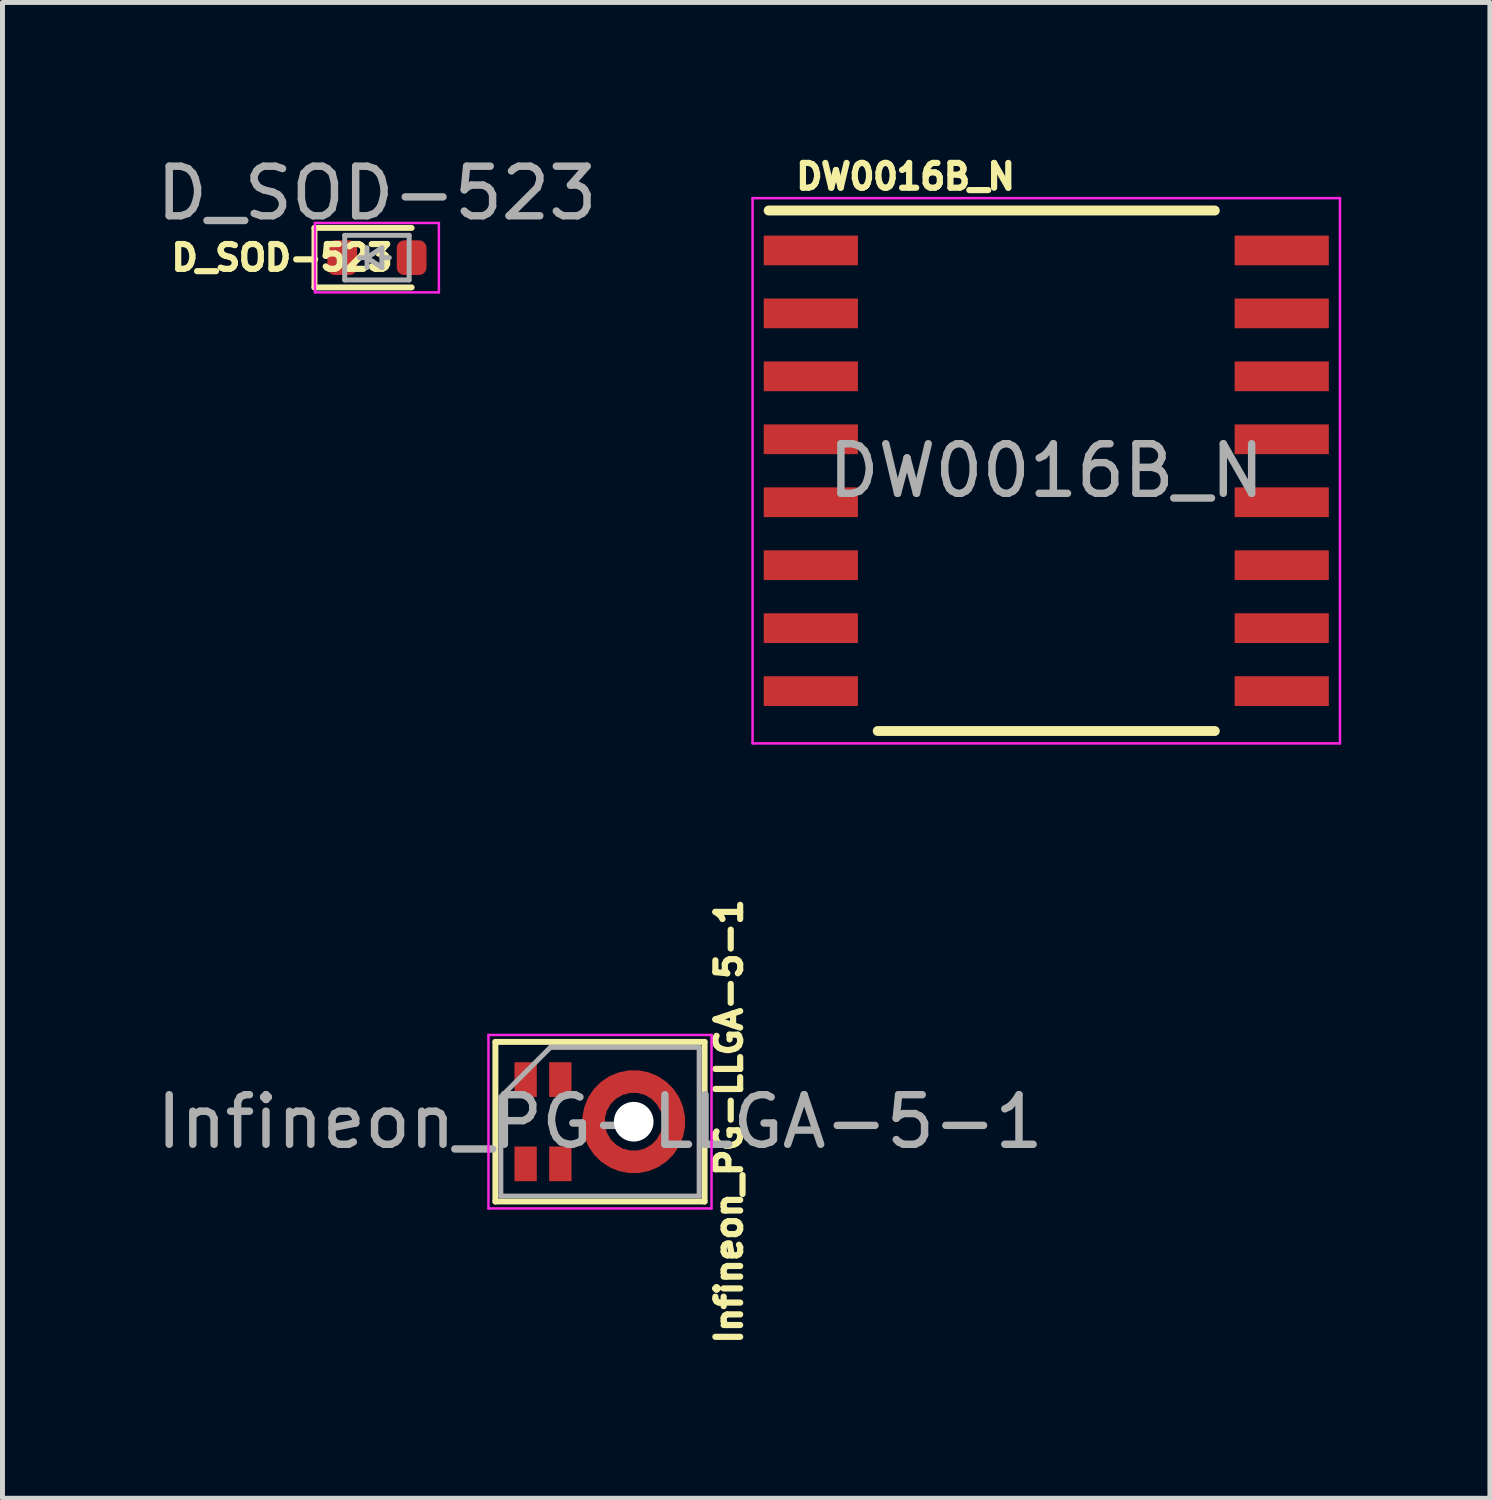
<source format=kicad_pcb>
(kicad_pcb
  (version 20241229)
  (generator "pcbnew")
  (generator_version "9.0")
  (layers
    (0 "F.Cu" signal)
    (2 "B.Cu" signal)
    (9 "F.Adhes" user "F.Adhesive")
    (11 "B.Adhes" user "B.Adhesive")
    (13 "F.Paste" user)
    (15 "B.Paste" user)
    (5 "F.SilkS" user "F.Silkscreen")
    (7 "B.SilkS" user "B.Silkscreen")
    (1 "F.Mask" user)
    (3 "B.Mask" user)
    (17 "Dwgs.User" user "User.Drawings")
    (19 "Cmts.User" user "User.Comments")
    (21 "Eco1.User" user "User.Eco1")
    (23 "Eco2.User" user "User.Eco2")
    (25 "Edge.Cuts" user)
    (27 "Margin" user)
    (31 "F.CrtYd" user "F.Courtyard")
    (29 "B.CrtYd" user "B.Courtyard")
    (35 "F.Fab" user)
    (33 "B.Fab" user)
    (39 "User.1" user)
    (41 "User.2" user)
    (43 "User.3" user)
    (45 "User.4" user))
  (footprint "D_SOD-523"
    (layer "F.Cu")
    (at 4.554 2.148)
    (property "Reference" "D_SOD-523" (at -1.914 0 0) (layer "F.SilkS") (effects (font (size 0.5 0.5) (thickness 0.125))))
    (attr smd)
    (fp_line (start -1.26 -0.6) (end -1.26 0.6) (stroke (width 0.12) (type solid)) (layer "F.SilkS"))
    (fp_line (start 0.7 -0.6) (end -1.26 -0.6) (stroke (width 0.12) (type solid)) (layer "F.SilkS"))
    (fp_line (start 0.7 0.6) (end -1.26 0.6) (stroke (width 0.12) (type solid)) (layer "F.SilkS"))
    (fp_line (start -1.25 -0.7) (end 1.25 -0.7) (stroke (width 0.05) (type solid)) (layer "F.CrtYd"))
    (fp_line (start -1.25 0.7) (end -1.25 -0.7) (stroke (width 0.05) (type solid)) (layer "F.CrtYd"))
    (fp_line (start 1.25 -0.7) (end 1.25 0.7) (stroke (width 0.05) (type solid)) (layer "F.CrtYd"))
    (fp_line (start 1.25 0.7) (end -1.25 0.7) (stroke (width 0.05) (type solid)) (layer "F.CrtYd"))
    (fp_line (start -0.65 -0.45) (end 0.65 -0.45) (stroke (width 0.1) (type solid)) (layer "F.Fab"))
    (fp_line (start -0.65 0.45) (end -0.65 -0.45) (stroke (width 0.1) (type solid)) (layer "F.Fab"))
    (fp_line (start -0.2 0) (end -0.35 0) (stroke (width 0.1) (type solid)) (layer "F.Fab"))
    (fp_line (start -0.2 0) (end 0.1 0.2) (stroke (width 0.1) (type solid)) (layer "F.Fab"))
    (fp_line (start -0.2 0.2) (end -0.2 -0.2) (stroke (width 0.1) (type solid)) (layer "F.Fab"))
    (fp_line (start 0.1 -0.2) (end -0.2 0) (stroke (width 0.1) (type solid)) (layer "F.Fab"))
    (fp_line (start 0.1 0) (end 0.25 0) (stroke (width 0.1) (type solid)) (layer "F.Fab"))
    (fp_line (start 0.1 0.2) (end 0.1 -0.2) (stroke (width 0.1) (type solid)) (layer "F.Fab"))
    (fp_line (start 0.65 -0.45) (end 0.65 0.45) (stroke (width 0.1) (type solid)) (layer "F.Fab"))
    (fp_line (start 0.65 0.45) (end -0.65 0.45) (stroke (width 0.1) (type solid)) (layer "F.Fab"))
    (fp_text user "${REFERENCE}" (at 0 -1.3 0) (layer "F.Fab") (effects (font (size 1 1) (thickness 0.15))))
    (pad "1" smd roundrect (at -0.7 0 180) (size 0.6 0.7) (layers "F.Cu" "F.Mask" "F.Paste") (roundrect_rratio 0.25))
    (pad "2" smd roundrect (at 0.7 0 180) (size 0.6 0.7) (layers "F.Cu" "F.Mask" "F.Paste") (roundrect_rratio 0.25)))
  (footprint "DW0016B_N"
    (layer "F.Cu")
    (at 18.057 6.447)
    (property "Reference" "DW0016B_N" (at -2.838 -5.935 0) (unlocked yes) (layer "F.SilkS") (effects (font (size 0.5 0.5) (thickness 0.125))))
    (attr smd)
    (fp_line (start -5.6 -5.25) (end 3.4 -5.25) (stroke (width 0.2) (type solid)) (layer "F.SilkS"))
    (fp_line (start -3.4 5.25) (end 3.4 5.25) (stroke (width 0.2) (type solid)) (layer "F.SilkS"))
    (fp_line (start -5.925 -5.5) (end 5.925 -5.5) (stroke (width 0.05) (type solid)) (layer "F.CrtYd"))
    (fp_line (start -5.925 5.5) (end -5.925 -5.5) (stroke (width 0.05) (type solid)) (layer "F.CrtYd"))
    (fp_line (start -5.925 5.5) (end 5.925 5.5) (stroke (width 0.05) (type solid)) (layer "F.CrtYd"))
    (fp_line (start 5.925 5.5) (end 5.925 -5.5) (stroke (width 0.05) (type solid)) (layer "F.CrtYd"))
    (fp_text user "${REFERENCE}" (at 0 0 0) (unlocked yes) (layer "F.Fab") (effects (font (size 1 1) (thickness 0.15))))
    (pad "1" smd rect (at -4.75 -4.445 90) (size 0.6 1.9) (layers "F.Cu" "F.Mask" "F.Paste"))
    (pad "2" smd rect (at -4.75 -3.175 90) (size 0.6 1.9) (layers "F.Cu" "F.Mask" "F.Paste"))
    (pad "3" smd rect (at -4.75 -1.905 90) (size 0.6 1.9) (layers "F.Cu" "F.Mask" "F.Paste"))
    (pad "4" smd rect (at -4.75 -0.635 90) (size 0.6 1.9) (layers "F.Cu" "F.Mask" "F.Paste"))
    (pad "5" smd rect (at -4.75 0.635 90) (size 0.6 1.9) (layers "F.Cu" "F.Mask" "F.Paste"))
    (pad "6" smd rect (at -4.75 1.905 90) (size 0.6 1.9) (layers "F.Cu" "F.Mask" "F.Paste"))
    (pad "7" smd rect (at -4.75 3.175 90) (size 0.6 1.9) (layers "F.Cu" "F.Mask" "F.Paste"))
    (pad "8" smd rect (at -4.75 4.445 90) (size 0.6 1.9) (layers "F.Cu" "F.Mask" "F.Paste"))
    (pad "9" smd rect (at 4.75 4.445 90) (size 0.6 1.9) (layers "F.Cu" "F.Mask" "F.Paste"))
    (pad "10" smd rect (at 4.75 3.175 90) (size 0.6 1.9) (layers "F.Cu" "F.Mask" "F.Paste"))
    (pad "11" smd rect (at 4.75 1.905 90) (size 0.6 1.9) (layers "F.Cu" "F.Mask" "F.Paste"))
    (pad "12" smd rect (at 4.75 0.635 90) (size 0.6 1.9) (layers "F.Cu" "F.Mask" "F.Paste"))
    (pad "13" smd rect (at 4.75 -0.635 90) (size 0.6 1.9) (layers "F.Cu" "F.Mask" "F.Paste"))
    (pad "14" smd rect (at 4.75 -1.905 90) (size 0.6 1.9) (layers "F.Cu" "F.Mask" "F.Paste"))
    (pad "15" smd rect (at 4.75 -3.175 90) (size 0.6 1.9) (layers "F.Cu" "F.Mask" "F.Paste"))
    (pad "16" smd rect (at 4.75 -4.445 90) (size 0.6 1.9) (layers "F.Cu" "F.Mask" "F.Paste")))
  (footprint "Infineon_PG-LLGA-5-1"
    (layer "F.Cu")
    (at 9.054 19.579)
    (property "Reference" "Infineon_PG-LLGA-5-1" (at 2.603 -0.006 90) (layer "F.SilkS") (effects (font (size 0.5 0.5) (thickness 0.125))))
    (attr smd)
    (fp_line (start -2.11 -1.61) (end 2.11 -1.61) (stroke (width 0.12) (type solid)) (layer "F.SilkS"))
    (fp_line (start -2.11 1.61) (end -2.11 -1.61) (stroke (width 0.12) (type solid)) (layer "F.SilkS"))
    (fp_line (start 2.11 -1.61) (end 2.11 1.61) (stroke (width 0.12) (type solid)) (layer "F.SilkS"))
    (fp_line (start 2.11 1.61) (end -2.11 1.61) (stroke (width 0.12) (type solid)) (layer "F.SilkS"))
    (fp_line (start -2.25 -1.75) (end 2.25 -1.75) (stroke (width 0.05) (type solid)) (layer "F.CrtYd"))
    (fp_line (start -2.25 1.75) (end -2.25 -1.75) (stroke (width 0.05) (type solid)) (layer "F.CrtYd"))
    (fp_line (start 2.25 -1.75) (end 2.25 1.75) (stroke (width 0.05) (type solid)) (layer "F.CrtYd"))
    (fp_line (start 2.25 1.75) (end -2.25 1.75) (stroke (width 0.05) (type solid)) (layer "F.CrtYd"))
    (fp_line (start -2 -0.5) (end -1 -1.5) (stroke (width 0.1) (type solid)) (layer "F.Fab"))
    (fp_line (start -2 1.5) (end -2 -0.5) (stroke (width 0.1) (type solid)) (layer "F.Fab"))
    (fp_line (start -1 -1.5) (end 2 -1.5) (stroke (width 0.1) (type solid)) (layer "F.Fab"))
    (fp_line (start 2 -1.5) (end 2 1.5) (stroke (width 0.1) (type solid)) (layer "F.Fab"))
    (fp_line (start 2 1.5) (end -2 1.5) (stroke (width 0.1) (type solid)) (layer "F.Fab"))
    (fp_text user "${REFERENCE}" (at 0 0 0) (layer "F.Fab") (effects (font (size 1 1) (thickness 0.15))))
    (pad "" smd custom (at -1.5 -0.725) (size 0.3 0.3) (layers "F.Paste") (options (anchor circle)) (primitives (gr_poly (pts (xy 0.077 -0.435) (xy 0.141 -0.391) (xy 0.185 -0.327) (xy 0.2 -0.25) (xy 0.2 0) (xy 0.185 0.077) (xy 0.141 0.141) (xy 0.077 0.185) (xy 0 0.2) (xy -0.077 0.185) (xy -0.141 0.141) (xy -0.185 0.077) (xy -0.2 0) (xy -0.2 -0.25) (xy -0.185 -0.327) (xy -0.141 -0.391) (xy -0.077 -0.435) (xy 0 -0.45)) (width 0) (fill yes))))
    (pad "" smd custom (at -1.5 0.725) (size 0.3 0.3) (layers "F.Paste") (options (anchor circle)) (primitives (gr_poly (pts (xy 0.077 -0.185) (xy 0.141 -0.141) (xy 0.185 -0.077) (xy 0.2 0) (xy 0.2 0.25) (xy 0.185 0.327) (xy 0.141 0.391) (xy 0.077 0.435) (xy 0 0.45) (xy -0.077 0.435) (xy -0.141 0.391) (xy -0.185 0.327) (xy -0.2 0.25) (xy -0.2 0) (xy -0.185 -0.077) (xy -0.141 -0.141) (xy -0.077 -0.185) (xy 0 -0.2)) (width 0) (fill yes))))
    (pad "" smd custom (at -0.8 -0.725) (size 0.3 0.3) (layers "F.Paste") (options (anchor circle)) (primitives (gr_poly (pts (xy 0.077 -0.435) (xy 0.141 -0.391) (xy 0.185 -0.327) (xy 0.2 -0.25) (xy 0.2 0) (xy 0.185 0.077) (xy 0.141 0.141) (xy 0.077 0.185) (xy 0 0.2) (xy -0.077 0.185) (xy -0.141 0.141) (xy -0.185 0.077) (xy -0.2 0) (xy -0.2 -0.25) (xy -0.185 -0.327) (xy -0.141 -0.391) (xy -0.077 -0.435) (xy 0 -0.45)) (width 0) (fill yes))))
    (pad "" smd custom (at -0.8 0.725) (size 0.3 0.3) (layers "F.Paste") (options (anchor circle)) (primitives (gr_poly (pts (xy 0.077 -0.185) (xy 0.141 -0.141) (xy 0.185 -0.077) (xy 0.2 0) (xy 0.2 0.25) (xy 0.185 0.327) (xy 0.141 0.391) (xy 0.077 0.435) (xy 0 0.45) (xy -0.077 0.435) (xy -0.141 0.391) (xy -0.185 0.327) (xy -0.2 0.25) (xy -0.2 0) (xy -0.185 -0.077) (xy -0.141 -0.141) (xy -0.077 -0.185) (xy 0 -0.2)) (width 0) (fill yes))))
    (pad "" smd custom (at -0.12 0) (size 0.3 0.3) (layers "F.Paste") (options (anchor circle)) (primitives (gr_poly (pts (xy 0.058 -0.359) (xy 0.129 -0.328) (xy 0.184 -0.273) (xy 0.213 -0.2) (xy 0.213 -0.122) (xy 0.2 0) (xy 0.213 0.122) (xy 0.213 0.2) (xy 0.184 0.273) (xy 0.129 0.328) (xy 0.058 0.359) (xy -0.02 0.36) (xy -0.093 0.33) (xy -0.149 0.276) (xy -0.179 0.204) (xy -0.198 0.068) (xy -0.198 -0.068) (xy -0.179 -0.204) (xy -0.149 -0.276) (xy -0.093 -0.33) (xy -0.02 -0.36)) (width 0) (fill yes))))
    (pad "" smd custom (at 0.28 -0.693) (size 0.3 0.3) (layers "F.Paste") (options (anchor circle)) (primitives (gr_poly (pts (xy 0.24 -0.246) (xy 0.301 -0.198) (xy 0.34 -0.13) (xy 0.349 -0.052) (xy 0.328 0.023) (xy 0.28 0.085) (xy 0.212 0.123) (xy 0.1 0.173) (xy 0.000409 0.245) (xy -0.067 0.285) (xy -0.144 0.296) (xy -0.22 0.276) (xy -0.282 0.229) (xy -0.322 0.162) (xy -0.332 0.085) (xy -0.313 0.009) (xy -0.266 -0.053) (xy -0.158 -0.137) (xy -0.04 -0.205) (xy 0.087 -0.257) (xy 0.164 -0.266)) (width 0) (fill yes))))
    (pad "" smd custom (at 0.28 0.693) (size 0.3 0.3) (layers "F.Paste") (options (anchor circle)) (primitives (gr_poly (pts (xy -0.067 -0.285) (xy 0.000389 -0.245) (xy 0.1 -0.173) (xy 0.212 -0.123) (xy 0.28 -0.085) (xy 0.328 -0.023) (xy 0.349 0.052) (xy 0.34 0.13) (xy 0.301 0.197) (xy 0.24 0.246) (xy 0.164 0.266) (xy 0.087 0.257) (xy -0.04 0.205) (xy -0.158 0.137) (xy -0.266 0.053) (xy -0.313 -0.009) (xy -0.332 -0.085) (xy -0.322 -0.162) (xy -0.282 -0.229) (xy -0.22 -0.276) (xy -0.144 -0.296)) (width 0) (fill yes))))
    (pad "" np_thru_hole circle (at 0.68 0) (size 0.8 0.8) (drill 0.8) (layers "*.Cu" "*.Mask"))
    (pad "" smd custom (at 1.08 -0.693) (size 0.3 0.3) (layers "F.Paste") (options (anchor circle)) (primitives (gr_poly (pts (xy -0.087 -0.257) (xy 0.04 -0.205) (xy 0.158 -0.137) (xy 0.266 -0.053) (xy 0.313 0.009) (xy 0.332 0.085) (xy 0.322 0.162) (xy 0.282 0.229) (xy 0.22 0.276) (xy 0.144 0.296) (xy 0.067 0.285) (xy -0.000409 0.245) (xy -0.1 0.173) (xy -0.212 0.123) (xy -0.28 0.085) (xy -0.328 0.023) (xy -0.349 -0.052) (xy -0.34 -0.13) (xy -0.301 -0.198) (xy -0.24 -0.246) (xy -0.164 -0.266)) (width 0) (fill yes))))
    (pad "" smd custom (at 1.08 0.693) (size 0.3 0.3) (layers "F.Paste") (options (anchor circle)) (primitives (gr_poly (pts (xy 0.22 -0.276) (xy 0.282 -0.229) (xy 0.322 -0.162) (xy 0.332 -0.085) (xy 0.313 -0.009) (xy 0.266 0.053) (xy 0.158 0.137) (xy 0.04 0.205) (xy -0.087 0.257) (xy -0.164 0.266) (xy -0.24 0.246) (xy -0.301 0.198) (xy -0.34 0.13) (xy -0.349 0.052) (xy -0.328 -0.023) (xy -0.28 -0.085) (xy -0.212 -0.123) (xy -0.1 -0.173) (xy -0.000411 -0.245) (xy 0.067 -0.285) (xy 0.144 -0.296)) (width 0) (fill yes))))
    (pad "" smd custom (at 1.48 0) (size 0.3 0.3) (layers "F.Paste") (options (anchor circle)) (primitives (gr_poly (pts (xy 0.093 -0.33) (xy 0.149 -0.276) (xy 0.179 -0.204) (xy 0.198 -0.068) (xy 0.198 0.068) (xy 0.179 0.204) (xy 0.149 0.276) (xy 0.093 0.33) (xy 0.02 0.36) (xy -0.058 0.359) (xy -0.129 0.328) (xy -0.184 0.273) (xy -0.213 0.2) (xy -0.213 0.122) (xy -0.2 0) (xy -0.213 -0.122) (xy -0.213 -0.2) (xy -0.184 -0.273) (xy -0.129 -0.328) (xy -0.058 -0.359) (xy 0.02 -0.36)) (width 0) (fill yes))))
    (pad "1" smd rect (at -1.5 -0.85) (size 0.45 0.7) (layers "F.Cu" "F.Mask"))
    (pad "2" smd rect (at -0.8 -0.85) (size 0.45 0.7) (layers "F.Cu" "F.Mask"))
    (pad "3" smd rect (at -1.5 0.85) (size 0.45 0.7) (layers "F.Cu" "F.Mask"))
    (pad "4" smd rect (at -0.8 0.85) (size 0.45 0.7) (layers "F.Cu" "F.Mask"))
    (pad "5" smd custom (at 0.68 -0.81) (size 0.4 0.4) (layers "F.Cu" "F.Mask") (options (anchor circle)) (primitives (gr_circle (center 0 0.81) (end 0.81 0.81) (width 0.46) (fill no)))))
  (gr_rect
    (start -3 -3)
    (end 27.007 27.175)
    (stroke (width 0.1) (type default))
    (fill no)
    (layer "Edge.Cuts")))
</source>
